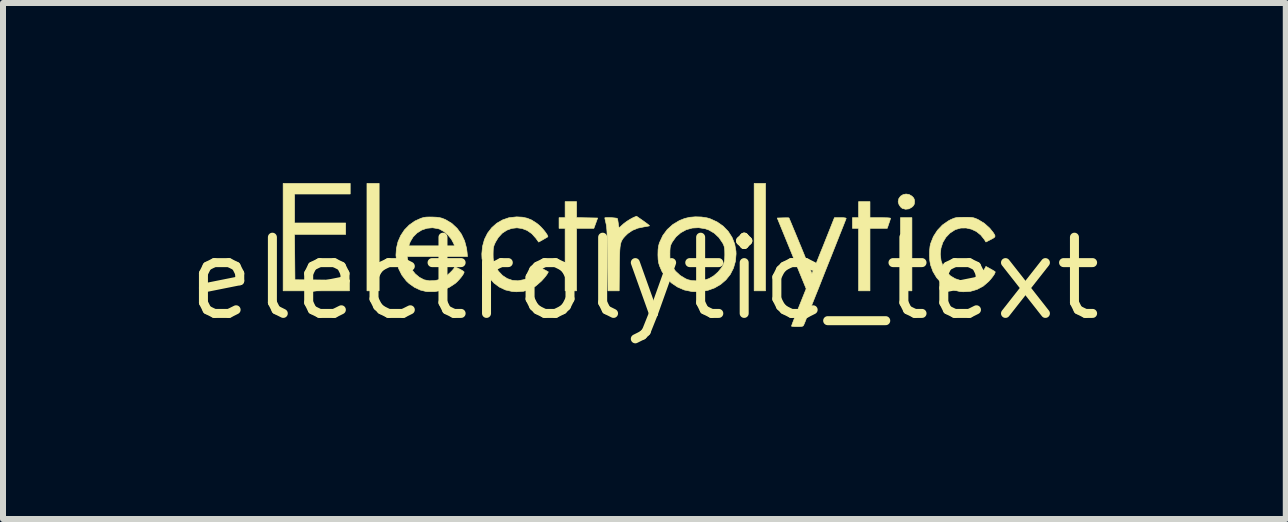
<source format=kicad_pcb>
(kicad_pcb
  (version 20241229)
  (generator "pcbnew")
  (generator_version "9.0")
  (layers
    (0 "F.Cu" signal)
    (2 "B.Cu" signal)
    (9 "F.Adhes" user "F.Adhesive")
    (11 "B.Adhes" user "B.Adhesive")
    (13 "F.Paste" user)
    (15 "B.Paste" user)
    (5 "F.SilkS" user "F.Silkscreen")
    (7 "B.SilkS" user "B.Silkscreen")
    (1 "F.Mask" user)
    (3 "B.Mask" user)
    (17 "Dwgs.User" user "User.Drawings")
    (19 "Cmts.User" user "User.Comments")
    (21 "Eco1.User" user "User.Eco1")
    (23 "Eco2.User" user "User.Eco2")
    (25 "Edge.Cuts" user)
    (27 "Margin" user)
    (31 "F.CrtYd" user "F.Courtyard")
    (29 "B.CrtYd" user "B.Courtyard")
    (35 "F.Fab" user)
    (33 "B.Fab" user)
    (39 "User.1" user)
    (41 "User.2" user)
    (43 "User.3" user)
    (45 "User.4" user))
  (footprint "electrolytic_text"
    (layer "F.Cu")
    (at 7.688 1.593)
    (property "Reference" "electrolytic_text" (at 0 0 0) (layer "F.SilkS") (effects (font (size 1.27 1.27) (thickness 0.15))))
    (attr through_hole)
    (fp_poly (pts (xy -4.42 0.203) (xy -4.623 0.203) (xy -4.623 -1.587) (xy -4.42 -1.587) (xy -4.42 0.203)) (stroke (width 0.01) (type solid)) (fill yes) (layer "F.SilkS"))
    (fp_poly (pts (xy 2.019 0.203) (xy 1.829 0.203) (xy 1.829 -1.587) (xy 2.019 -1.587) (xy 2.019 0.203)) (stroke (width 0.01) (type solid)) (fill yes) (layer "F.SilkS"))
    (fp_poly (pts (xy 4.458 0.203) (xy 4.267 0.203) (xy 4.267 -1.016) (xy 4.458 -1.016) (xy 4.458 0.203)) (stroke (width 0.01) (type solid)) (fill yes) (layer "F.SilkS"))
    (fp_poly (pts (xy -4.902 -1.41) (xy -5.829 -1.41) (xy -5.829 -0.927) (xy -4.978 -0.927) (xy -4.978 -0.737) (xy -5.83 -0.737) (xy -5.823 0.019) (xy -4.915 0.026) (xy -4.915 0.203) (xy -6.02 0.203) (xy -6.02 -1.587) (xy -4.902 -1.587) (xy -4.902 -1.41)) (stroke (width 0.01) (type solid)) (fill yes) (layer "F.SilkS"))
    (fp_poly (pts (xy -1.13 -1.017) (xy -0.779 -1.01) (xy -0.81 -0.924) (xy -0.842 -0.838) (xy -1.13 -0.838) (xy -1.13 0.203) (xy -1.321 0.203) (xy -1.321 -0.838) (xy -1.422 -0.838) (xy -1.422 -1.016) (xy -1.321 -1.016) (xy -1.321 -1.283) (xy -1.13 -1.283) (xy -1.13 -1.017)) (stroke (width 0.01) (type solid)) (fill yes) (layer "F.SilkS"))
    (fp_poly (pts (xy 3.759 -1.016) (xy 3.931 -1.016) (xy 3.993 -1.015) (xy 4.046 -1.014) (xy 4.083 -1.011) (xy 4.101 -1.007) (xy 4.102 -1.006) (xy 4.098 -0.99) (xy 4.088 -0.958) (xy 4.074 -0.918) (xy 4.047 -0.838) (xy 3.759 -0.838) (xy 3.759 0.203) (xy 3.569 0.203) (xy 3.569 -0.838) (xy 3.467 -0.838) (xy 3.467 -1.016) (xy 3.569 -1.016) (xy 3.569 -1.283) (xy 3.759 -1.283) (xy 3.759 -1.016)) (stroke (width 0.01) (type solid)) (fill yes) (layer "F.SilkS"))
    (fp_poly (pts (xy 4.411 -1.402) (xy 4.459 -1.374) (xy 4.46 -1.373) (xy 4.488 -1.343) (xy 4.5 -1.312) (xy 4.502 -1.283) (xy 4.498 -1.243) (xy 4.482 -1.214) (xy 4.46 -1.193) (xy 4.41 -1.163) (xy 4.353 -1.156) (xy 4.298 -1.17) (xy 4.268 -1.196) (xy 4.243 -1.234) (xy 4.23 -1.275) (xy 4.229 -1.282) (xy 4.24 -1.334) (xy 4.269 -1.374) (xy 4.311 -1.4) (xy 4.36 -1.41) (xy 4.411 -1.402)) (stroke (width 0.01) (type solid)) (fill yes) (layer "F.SilkS"))
    (fp_poly (pts (xy -0.02 -0.963) (xy 0.024 -0.931) (xy 0.059 -0.905) (xy 0.08 -0.887) (xy 0.085 -0.88) (xy 0.07 -0.876) (xy 0.037 -0.87) (xy -0.004 -0.863) (xy -0.11 -0.841) (xy -0.198 -0.805) (xy -0.272 -0.755) (xy -0.293 -0.736) (xy -0.325 -0.704) (xy -0.35 -0.676) (xy -0.37 -0.647) (xy -0.386 -0.615) (xy -0.397 -0.576) (xy -0.405 -0.527) (xy -0.41 -0.466) (xy -0.413 -0.389) (xy -0.415 -0.292) (xy -0.417 -0.175) (xy -0.42 0.203) (xy -0.607 0.203) (xy -0.613 -0.314) (xy -0.615 -0.451) (xy -0.617 -0.564) (xy -0.619 -0.657) (xy -0.621 -0.733) (xy -0.624 -0.793) (xy -0.628 -0.841) (xy -0.632 -0.879) (xy -0.637 -0.909) (xy -0.64 -0.921) (xy -0.65 -0.965) (xy -0.657 -0.997) (xy -0.66 -1.013) (xy -0.66 -1.013) (xy -0.649 -1.016) (xy -0.619 -1.017) (xy -0.579 -1.017) (xy -0.535 -1.015) (xy -0.494 -1.011) (xy -0.463 -1.007) (xy -0.451 -1.003) (xy -0.445 -0.984) (xy -0.439 -0.948) (xy -0.435 -0.92) (xy -0.43 -0.882) (xy -0.424 -0.857) (xy -0.42 -0.851) (xy -0.406 -0.859) (xy -0.384 -0.88) (xy -0.381 -0.883) (xy -0.343 -0.917) (xy -0.292 -0.955) (xy -0.236 -0.99) (xy -0.186 -1.017) (xy -0.177 -1.021) (xy -0.131 -1.04) (xy -0.02 -0.963)) (stroke (width 0.01) (type solid)) (fill yes) (layer "F.SilkS"))
    (fp_poly (pts (xy 3.32 -1.015) (xy 3.35 -1.011) (xy 3.362 -1.005) (xy 3.362 -1) (xy 3.356 -0.986) (xy 3.342 -0.95) (xy 3.32 -0.894) (xy 3.291 -0.821) (xy 3.255 -0.731) (xy 3.214 -0.627) (xy 3.168 -0.511) (xy 3.118 -0.385) (xy 3.064 -0.25) (xy 3.011 -0.117) (xy 2.955 0.025) (xy 2.902 0.16) (xy 2.851 0.286) (xy 2.805 0.402) (xy 2.763 0.506) (xy 2.727 0.596) (xy 2.697 0.67) (xy 2.675 0.726) (xy 2.66 0.761) (xy 2.654 0.775) (xy 2.644 0.788) (xy 2.625 0.796) (xy 2.594 0.799) (xy 2.546 0.8) (xy 2.5 0.799) (xy 2.467 0.796) (xy 2.451 0.792) (xy 2.451 0.791) (xy 2.456 0.777) (xy 2.468 0.743) (xy 2.488 0.691) (xy 2.514 0.626) (xy 2.544 0.55) (xy 2.573 0.475) (xy 2.696 0.169) (xy 2.455 -0.42) (xy 2.214 -1.01) (xy 2.309 -1.013) (xy 2.355 -1.014) (xy 2.391 -1.014) (xy 2.408 -1.012) (xy 2.409 -1.011) (xy 2.415 -0.999) (xy 2.429 -0.965) (xy 2.451 -0.913) (xy 2.479 -0.845) (xy 2.513 -0.764) (xy 2.551 -0.672) (xy 2.592 -0.572) (xy 2.604 -0.544) (xy 2.792 -0.083) (xy 2.816 -0.14) (xy 2.827 -0.165) (xy 2.845 -0.211) (xy 2.871 -0.274) (xy 2.901 -0.35) (xy 2.936 -0.438) (xy 2.975 -0.533) (xy 3.004 -0.606) (xy 3.167 -1.016) (xy 3.268 -1.016) (xy 3.32 -1.015)) (stroke (width 0.01) (type solid)) (fill yes) (layer "F.SilkS"))
    (fp_poly (pts (xy 5.399 -1.022) (xy 5.445 -1.02) (xy 5.48 -1.015) (xy 5.512 -1.005) (xy 5.546 -0.991) (xy 5.563 -0.983) (xy 5.665 -0.921) (xy 5.754 -0.841) (xy 5.811 -0.77) (xy 5.833 -0.736) (xy 5.843 -0.712) (xy 5.839 -0.694) (xy 5.817 -0.676) (xy 5.777 -0.654) (xy 5.751 -0.641) (xy 5.691 -0.61) (xy 5.666 -0.651) (xy 5.606 -0.726) (xy 5.533 -0.785) (xy 5.45 -0.824) (xy 5.362 -0.844) (xy 5.273 -0.843) (xy 5.188 -0.819) (xy 5.175 -0.813) (xy 5.092 -0.759) (xy 5.024 -0.688) (xy 4.973 -0.603) (xy 4.942 -0.508) (xy 4.931 -0.408) (xy 4.943 -0.304) (xy 4.946 -0.292) (xy 4.981 -0.195) (xy 5.034 -0.112) (xy 5.1 -0.046) (xy 5.178 0.001) (xy 5.263 0.029) (xy 5.354 0.036) (xy 5.446 0.019) (xy 5.467 0.012) (xy 5.527 -0.02) (xy 5.588 -0.066) (xy 5.64 -0.12) (xy 5.672 -0.167) (xy 5.691 -0.204) (xy 5.763 -0.164) (xy 5.802 -0.142) (xy 5.832 -0.124) (xy 5.845 -0.115) (xy 5.844 -0.1) (xy 5.83 -0.071) (xy 5.804 -0.033) (xy 5.77 0.01) (xy 5.736 0.048) (xy 5.645 0.126) (xy 5.543 0.18) (xy 5.433 0.212) (xy 5.314 0.219) (xy 5.258 0.215) (xy 5.144 0.188) (xy 5.04 0.139) (xy 4.948 0.071) (xy 4.87 -0.016) (xy 4.809 -0.118) (xy 4.768 -0.23) (xy 4.756 -0.298) (xy 4.751 -0.379) (xy 4.752 -0.463) (xy 4.76 -0.54) (xy 4.77 -0.585) (xy 4.816 -0.701) (xy 4.883 -0.805) (xy 4.966 -0.893) (xy 5.065 -0.962) (xy 5.102 -0.982) (xy 5.141 -0.999) (xy 5.173 -1.011) (xy 5.206 -1.018) (xy 5.247 -1.021) (xy 5.303 -1.022) (xy 5.334 -1.022) (xy 5.399 -1.022)) (stroke (width 0.01) (type solid)) (fill yes) (layer "F.SilkS"))
    (fp_poly (pts (xy -2.034 -1.024) (xy -1.954 -1.007) (xy -1.88 -0.977) (xy -1.803 -0.928) (xy -1.781 -0.912) (xy -1.747 -0.883) (xy -1.71 -0.846) (xy -1.674 -0.805) (xy -1.643 -0.765) (xy -1.62 -0.73) (xy -1.609 -0.706) (xy -1.61 -0.697) (xy -1.625 -0.687) (xy -1.656 -0.669) (xy -1.691 -0.649) (xy -1.762 -0.609) (xy -1.808 -0.673) (xy -1.876 -0.749) (xy -1.954 -0.803) (xy -2.038 -0.835) (xy -2.124 -0.847) (xy -2.21 -0.837) (xy -2.293 -0.807) (xy -2.369 -0.757) (xy -2.434 -0.686) (xy -2.479 -0.612) (xy -2.499 -0.57) (xy -2.511 -0.535) (xy -2.518 -0.498) (xy -2.52 -0.452) (xy -2.521 -0.407) (xy -2.52 -0.345) (xy -2.515 -0.3) (xy -2.507 -0.263) (xy -2.492 -0.226) (xy -2.487 -0.216) (xy -2.432 -0.124) (xy -2.364 -0.052) (xy -2.286 -0.001) (xy -2.199 0.029) (xy -2.107 0.036) (xy -2.012 0.018) (xy -2.011 0.018) (xy -1.961 -0.002) (xy -1.916 -0.031) (xy -1.867 -0.075) (xy -1.866 -0.076) (xy -1.83 -0.113) (xy -1.798 -0.147) (xy -1.779 -0.171) (xy -1.777 -0.173) (xy -1.759 -0.201) (xy -1.68 -0.156) (xy -1.6 -0.112) (xy -1.622 -0.073) (xy -1.642 -0.045) (xy -1.673 -0.007) (xy -1.711 0.035) (xy -1.721 0.045) (xy -1.812 0.124) (xy -1.91 0.179) (xy -2.016 0.211) (xy -2.132 0.219) (xy -2.204 0.214) (xy -2.314 0.189) (xy -2.414 0.142) (xy -2.504 0.076) (xy -2.579 -0.007) (xy -2.639 -0.105) (xy -2.682 -0.215) (xy -2.706 -0.334) (xy -2.709 -0.413) (xy -2.697 -0.538) (xy -2.665 -0.654) (xy -2.613 -0.758) (xy -2.544 -0.848) (xy -2.461 -0.922) (xy -2.364 -0.978) (xy -2.257 -1.015) (xy -2.14 -1.028) (xy -2.128 -1.029) (xy -2.034 -1.024)) (stroke (width 0.01) (type solid)) (fill yes) (layer "F.SilkS"))
    (fp_poly (pts (xy -3.524 -1.026) (xy -3.461 -1.023) (xy -3.414 -1.017) (xy -3.374 -1.007) (xy -3.333 -0.991) (xy -3.312 -0.982) (xy -3.209 -0.92) (xy -3.121 -0.838) (xy -3.049 -0.741) (xy -2.996 -0.629) (xy -2.963 -0.505) (xy -2.955 -0.441) (xy -2.948 -0.368) (xy -3.953 -0.368) (xy -3.945 -0.314) (xy -3.921 -0.232) (xy -3.877 -0.152) (xy -3.819 -0.08) (xy -3.75 -0.022) (xy -3.676 0.017) (xy -3.669 0.02) (xy -3.585 0.036) (xy -3.493 0.033) (xy -3.404 0.013) (xy -3.36 -0.005) (xy -3.324 -0.027) (xy -3.283 -0.059) (xy -3.241 -0.096) (xy -3.204 -0.133) (xy -3.176 -0.166) (xy -3.163 -0.189) (xy -3.162 -0.193) (xy -3.152 -0.193) (xy -3.127 -0.183) (xy -3.093 -0.167) (xy -3.057 -0.148) (xy -3.025 -0.129) (xy -3.005 -0.113) (xy -3.006 -0.098) (xy -3.021 -0.07) (xy -3.046 -0.033) (xy -3.079 0.007) (xy -3.115 0.046) (xy -3.151 0.079) (xy -3.152 0.08) (xy -3.255 0.147) (xy -3.369 0.193) (xy -3.491 0.216) (xy -3.616 0.216) (xy -3.639 0.214) (xy -3.735 0.19) (xy -3.831 0.145) (xy -3.919 0.083) (xy -3.967 0.038) (xy -4.042 -0.06) (xy -4.095 -0.166) (xy -4.127 -0.277) (xy -4.14 -0.391) (xy -4.132 -0.504) (xy -4.122 -0.546) (xy -3.926 -0.546) (xy -3.163 -0.546) (xy -3.176 -0.581) (xy -3.216 -0.657) (xy -3.273 -0.726) (xy -3.34 -0.784) (xy -3.413 -0.825) (xy -3.439 -0.833) (xy -3.531 -0.848) (xy -3.623 -0.839) (xy -3.71 -0.81) (xy -3.788 -0.761) (xy -3.853 -0.696) (xy -3.901 -0.617) (xy -3.917 -0.575) (xy -3.926 -0.546) (xy -4.122 -0.546) (xy -4.106 -0.614) (xy -4.061 -0.717) (xy -3.999 -0.811) (xy -3.919 -0.893) (xy -3.824 -0.96) (xy -3.724 -1.005) (xy -3.682 -1.018) (xy -3.639 -1.025) (xy -3.587 -1.027) (xy -3.524 -1.026)) (stroke (width 0.01) (type solid)) (fill yes) (layer "F.SilkS"))
    (fp_poly (pts (xy 0.95 -1.027) (xy 1.042 -1.013) (xy 1.092 -0.999) (xy 1.211 -0.945) (xy 1.313 -0.874) (xy 1.397 -0.787) (xy 1.461 -0.687) (xy 1.505 -0.576) (xy 1.526 -0.457) (xy 1.528 -0.413) (xy 1.517 -0.288) (xy 1.484 -0.174) (xy 1.431 -0.07) (xy 1.359 0.02) (xy 1.272 0.095) (xy 1.171 0.154) (xy 1.058 0.195) (xy 0.934 0.216) (xy 0.803 0.216) (xy 0.787 0.214) (xy 0.665 0.189) (xy 0.552 0.14) (xy 0.451 0.072) (xy 0.364 -0.015) (xy 0.294 -0.117) (xy 0.253 -0.211) (xy 0.237 -0.263) (xy 0.229 -0.32) (xy 0.226 -0.39) (xy 0.226 -0.406) (xy 0.425 -0.406) (xy 0.426 -0.344) (xy 0.429 -0.3) (xy 0.435 -0.267) (xy 0.445 -0.238) (xy 0.459 -0.21) (xy 0.518 -0.125) (xy 0.596 -0.053) (xy 0.687 0.002) (xy 0.725 0.018) (xy 0.79 0.033) (xy 0.869 0.037) (xy 0.952 0.031) (xy 1.03 0.016) (xy 1.082 -0.003) (xy 1.157 -0.048) (xy 1.227 -0.11) (xy 1.285 -0.181) (xy 1.309 -0.222) (xy 1.324 -0.258) (xy 1.333 -0.292) (xy 1.338 -0.334) (xy 1.34 -0.392) (xy 1.34 -0.406) (xy 1.339 -0.466) (xy 1.335 -0.509) (xy 1.328 -0.542) (xy 1.315 -0.573) (xy 1.306 -0.591) (xy 1.242 -0.685) (xy 1.164 -0.758) (xy 1.073 -0.811) (xy 1.012 -0.832) (xy 0.903 -0.849) (xy 0.797 -0.843) (xy 0.697 -0.815) (xy 0.606 -0.765) (xy 0.527 -0.697) (xy 0.465 -0.611) (xy 0.463 -0.607) (xy 0.446 -0.574) (xy 0.435 -0.546) (xy 0.429 -0.514) (xy 0.426 -0.472) (xy 0.425 -0.412) (xy 0.425 -0.406) (xy 0.226 -0.406) (xy 0.228 -0.481) (xy 0.235 -0.54) (xy 0.249 -0.592) (xy 0.253 -0.602) (xy 0.307 -0.718) (xy 0.381 -0.818) (xy 0.474 -0.902) (xy 0.584 -0.968) (xy 0.67 -1.002) (xy 0.754 -1.022) (xy 0.85 -1.03) (xy 0.95 -1.027)) (stroke (width 0.01) (type solid)) (fill yes) (layer "F.SilkS")))
  (gr_rect
    (start -3 -3)
    (end 18.376 5.599)
    (stroke (width 0.1) (type default))
    (fill no)
    (layer "Edge.Cuts")))
</source>
